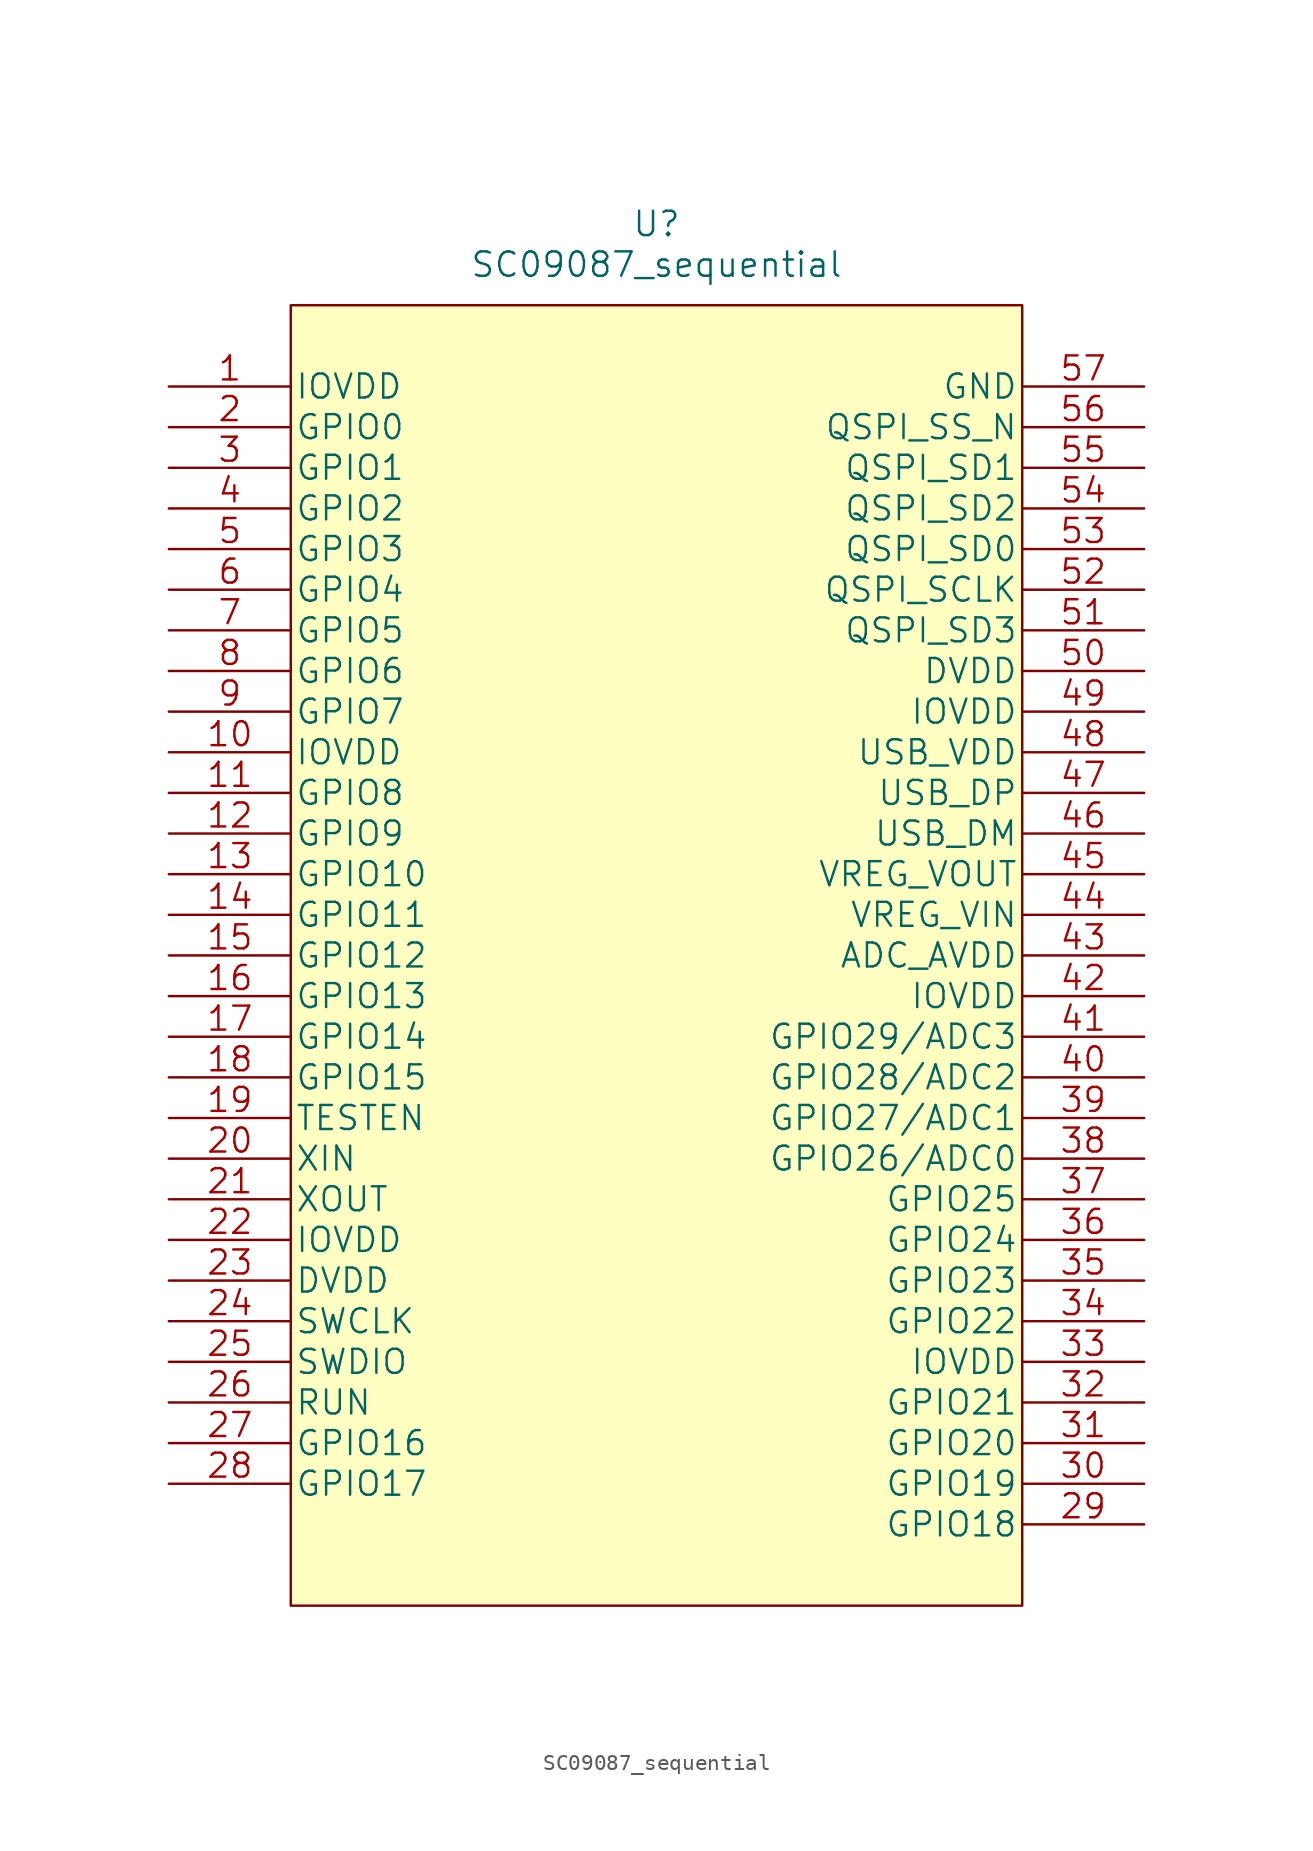
<source format=kicad_sym>
(kicad_symbol_lib
  (version 20211014)
  (generator kicad_symbol_editor)
  (symbol "SC09087_sequential"
    (pin_names
      (offset 0.254))
    (property "Reference" "U"
      (at 30.48 10.16 0)
      (effects (font (size 1.524 1.524))))
    (property "Value" "SC09087_sequential"
      (at 30.48 7.62 0)
      (effects (font (size 1.524 1.524))))
    (property "Datasheet" ""
      (at 0 0 0)
      (effects (font (size 1.524 1.524))))
    (symbol "SC09087_sequential_0_1"
      (rectangle (start 7.62 -76.2) (end 53.34 5.08) (stroke (width 0.152) (type default) (color 0 0 0 0)) (fill (type background))))
    (symbol "SC09087_sequential_1_1"
      (pin power_in line (at 0 0 0) (length 7.62) (name "IOVDD" (effects (font (size 1.499 1.499)))) (number "1" (effects (font (size 1.499 1.499)))))
      (pin power_in line (at 0 -22.86 0) (length 7.62) (name "IOVDD" (effects (font (size 1.499 1.499)))) (number "10" (effects (font (size 1.499 1.499)))))
      (pin bidirectional line (at 0 -25.4 0) (length 7.62) (name "GPIO8" (effects (font (size 1.499 1.499)))) (number "11" (effects (font (size 1.499 1.499)))))
      (pin bidirectional line (at 0 -27.94 0) (length 7.62) (name "GPIO9" (effects (font (size 1.499 1.499)))) (number "12" (effects (font (size 1.499 1.499)))))
      (pin bidirectional line (at 0 -30.48 0) (length 7.62) (name "GPIO10" (effects (font (size 1.499 1.499)))) (number "13" (effects (font (size 1.499 1.499)))))
      (pin bidirectional line (at 0 -33.02 0) (length 7.62) (name "GPIO11" (effects (font (size 1.499 1.499)))) (number "14" (effects (font (size 1.499 1.499)))))
      (pin bidirectional line (at 0 -35.56 0) (length 7.62) (name "GPIO12" (effects (font (size 1.499 1.499)))) (number "15" (effects (font (size 1.499 1.499)))))
      (pin bidirectional line (at 0 -38.1 0) (length 7.62) (name "GPIO13" (effects (font (size 1.499 1.499)))) (number "16" (effects (font (size 1.499 1.499)))))
      (pin bidirectional line (at 0 -40.64 0) (length 7.62) (name "GPIO14" (effects (font (size 1.499 1.499)))) (number "17" (effects (font (size 1.499 1.499)))))
      (pin bidirectional line (at 0 -43.18 0) (length 7.62) (name "GPIO15" (effects (font (size 1.499 1.499)))) (number "18" (effects (font (size 1.499 1.499)))))
      (pin unspecified line (at 0 -45.72 0) (length 7.62) (name "TESTEN" (effects (font (size 1.499 1.499)))) (number "19" (effects (font (size 1.499 1.499)))))
      (pin bidirectional line (at 0 -2.54 0) (length 7.62) (name "GPIO0" (effects (font (size 1.499 1.499)))) (number "2" (effects (font (size 1.499 1.499)))))
      (pin unspecified line (at 0 -48.26 0) (length 7.62) (name "XIN" (effects (font (size 1.499 1.499)))) (number "20" (effects (font (size 1.499 1.499)))))
      (pin output line (at 0 -50.8 0) (length 7.62) (name "XOUT" (effects (font (size 1.499 1.499)))) (number "21" (effects (font (size 1.499 1.499)))))
      (pin power_in line (at 0 -53.34 0) (length 7.62) (name "IOVDD" (effects (font (size 1.499 1.499)))) (number "22" (effects (font (size 1.499 1.499)))))
      (pin power_in line (at 0 -55.88 0) (length 7.62) (name "DVDD" (effects (font (size 1.499 1.499)))) (number "23" (effects (font (size 1.499 1.499)))))
      (pin unspecified line (at 0 -58.42 0) (length 7.62) (name "SWCLK" (effects (font (size 1.499 1.499)))) (number "24" (effects (font (size 1.499 1.499)))))
      (pin unspecified line (at 0 -60.96 0) (length 7.62) (name "SWDIO" (effects (font (size 1.499 1.499)))) (number "25" (effects (font (size 1.499 1.499)))))
      (pin unspecified line (at 0 -63.5 0) (length 7.62) (name "RUN" (effects (font (size 1.499 1.499)))) (number "26" (effects (font (size 1.499 1.499)))))
      (pin bidirectional line (at 0 -66.04 0) (length 7.62) (name "GPIO16" (effects (font (size 1.499 1.499)))) (number "27" (effects (font (size 1.499 1.499)))))
      (pin bidirectional line (at 0 -68.58 0) (length 7.62) (name "GPIO17" (effects (font (size 1.499 1.499)))) (number "28" (effects (font (size 1.499 1.499)))))
      (pin bidirectional line (at 60.96 -71.12 180) (length 7.62) (name "GPIO18" (effects (font (size 1.499 1.499)))) (number "29" (effects (font (size 1.499 1.499)))))
      (pin bidirectional line (at 0 -5.08 0) (length 7.62) (name "GPIO1" (effects (font (size 1.499 1.499)))) (number "3" (effects (font (size 1.499 1.499)))))
      (pin bidirectional line (at 60.96 -68.58 180) (length 7.62) (name "GPIO19" (effects (font (size 1.499 1.499)))) (number "30" (effects (font (size 1.499 1.499)))))
      (pin bidirectional line (at 60.96 -66.04 180) (length 7.62) (name "GPIO20" (effects (font (size 1.499 1.499)))) (number "31" (effects (font (size 1.499 1.499)))))
      (pin bidirectional line (at 60.96 -63.5 180) (length 7.62) (name "GPIO21" (effects (font (size 1.499 1.499)))) (number "32" (effects (font (size 1.499 1.499)))))
      (pin power_in line (at 60.96 -60.96 180) (length 7.62) (name "IOVDD" (effects (font (size 1.499 1.499)))) (number "33" (effects (font (size 1.499 1.499)))))
      (pin bidirectional line (at 60.96 -58.42 180) (length 7.62) (name "GPIO22" (effects (font (size 1.499 1.499)))) (number "34" (effects (font (size 1.499 1.499)))))
      (pin bidirectional line (at 60.96 -55.88 180) (length 7.62) (name "GPIO23" (effects (font (size 1.499 1.499)))) (number "35" (effects (font (size 1.499 1.499)))))
      (pin bidirectional line (at 60.96 -53.34 180) (length 7.62) (name "GPIO24" (effects (font (size 1.499 1.499)))) (number "36" (effects (font (size 1.499 1.499)))))
      (pin bidirectional line (at 60.96 -50.8 180) (length 7.62) (name "GPIO25" (effects (font (size 1.499 1.499)))) (number "37" (effects (font (size 1.499 1.499)))))
      (pin bidirectional line (at 60.96 -48.26 180) (length 7.62) (name "GPIO26/ADC0" (effects (font (size 1.499 1.499)))) (number "38" (effects (font (size 1.499 1.499)))))
      (pin bidirectional line (at 60.96 -45.72 180) (length 7.62) (name "GPIO27/ADC1" (effects (font (size 1.499 1.499)))) (number "39" (effects (font (size 1.499 1.499)))))
      (pin bidirectional line (at 0 -7.62 0) (length 7.62) (name "GPIO2" (effects (font (size 1.499 1.499)))) (number "4" (effects (font (size 1.499 1.499)))))
      (pin bidirectional line (at 60.96 -43.18 180) (length 7.62) (name "GPIO28/ADC2" (effects (font (size 1.499 1.499)))) (number "40" (effects (font (size 1.499 1.499)))))
      (pin bidirectional line (at 60.96 -40.64 180) (length 7.62) (name "GPIO29/ADC3" (effects (font (size 1.499 1.499)))) (number "41" (effects (font (size 1.499 1.499)))))
      (pin power_in line (at 60.96 -38.1 180) (length 7.62) (name "IOVDD" (effects (font (size 1.499 1.499)))) (number "42" (effects (font (size 1.499 1.499)))))
      (pin power_in line (at 60.96 -35.56 180) (length 7.62) (name "ADC_AVDD" (effects (font (size 1.499 1.499)))) (number "43" (effects (font (size 1.499 1.499)))))
      (pin unspecified line (at 60.96 -33.02 180) (length 7.62) (name "VREG_VIN" (effects (font (size 1.499 1.499)))) (number "44" (effects (font (size 1.499 1.499)))))
      (pin output line (at 60.96 -30.48 180) (length 7.62) (name "VREG_VOUT" (effects (font (size 1.499 1.499)))) (number "45" (effects (font (size 1.499 1.499)))))
      (pin unspecified line (at 60.96 -27.94 180) (length 7.62) (name "USB_DM" (effects (font (size 1.499 1.499)))) (number "46" (effects (font (size 1.499 1.499)))))
      (pin unspecified line (at 60.96 -25.4 180) (length 7.62) (name "USB_DP" (effects (font (size 1.499 1.499)))) (number "47" (effects (font (size 1.499 1.499)))))
      (pin power_in line (at 60.96 -22.86 180) (length 7.62) (name "USB_VDD" (effects (font (size 1.499 1.499)))) (number "48" (effects (font (size 1.499 1.499)))))
      (pin power_in line (at 60.96 -20.32 180) (length 7.62) (name "IOVDD" (effects (font (size 1.499 1.499)))) (number "49" (effects (font (size 1.499 1.499)))))
      (pin bidirectional line (at 0 -10.16 0) (length 7.62) (name "GPIO3" (effects (font (size 1.499 1.499)))) (number "5" (effects (font (size 1.499 1.499)))))
      (pin power_in line (at 60.96 -17.78 180) (length 7.62) (name "DVDD" (effects (font (size 1.499 1.499)))) (number "50" (effects (font (size 1.499 1.499)))))
      (pin bidirectional line (at 60.96 -15.24 180) (length 7.62) (name "QSPI_SD3" (effects (font (size 1.499 1.499)))) (number "51" (effects (font (size 1.499 1.499)))))
      (pin unspecified line (at 60.96 -12.7 180) (length 7.62) (name "QSPI_SCLK" (effects (font (size 1.499 1.499)))) (number "52" (effects (font (size 1.499 1.499)))))
      (pin bidirectional line (at 60.96 -10.16 180) (length 7.62) (name "QSPI_SD0" (effects (font (size 1.499 1.499)))) (number "53" (effects (font (size 1.499 1.499)))))
      (pin bidirectional line (at 60.96 -7.62 180) (length 7.62) (name "QSPI_SD2" (effects (font (size 1.499 1.499)))) (number "54" (effects (font (size 1.499 1.499)))))
      (pin bidirectional line (at 60.96 -5.08 180) (length 7.62) (name "QSPI_SD1" (effects (font (size 1.499 1.499)))) (number "55" (effects (font (size 1.499 1.499)))))
      (pin unspecified line (at 60.96 -2.54 180) (length 7.62) (name "QSPI_SS_N" (effects (font (size 1.499 1.499)))) (number "56" (effects (font (size 1.499 1.499)))))
      (pin power_in line (at 60.96 0 180) (length 7.62) (name "GND" (effects (font (size 1.499 1.499)))) (number "57" (effects (font (size 1.499 1.499)))))
      (pin bidirectional line (at 0 -12.7 0) (length 7.62) (name "GPIO4" (effects (font (size 1.499 1.499)))) (number "6" (effects (font (size 1.499 1.499)))))
      (pin bidirectional line (at 0 -15.24 0) (length 7.62) (name "GPIO5" (effects (font (size 1.499 1.499)))) (number "7" (effects (font (size 1.499 1.499)))))
      (pin bidirectional line (at 0 -17.78 0) (length 7.62) (name "GPIO6" (effects (font (size 1.499 1.499)))) (number "8" (effects (font (size 1.499 1.499)))))
      (pin bidirectional line (at 0 -20.32 0) (length 7.62) (name "GPIO7" (effects (font (size 1.499 1.499)))) (number "9" (effects (font (size 1.499 1.499))))))))
</source>
